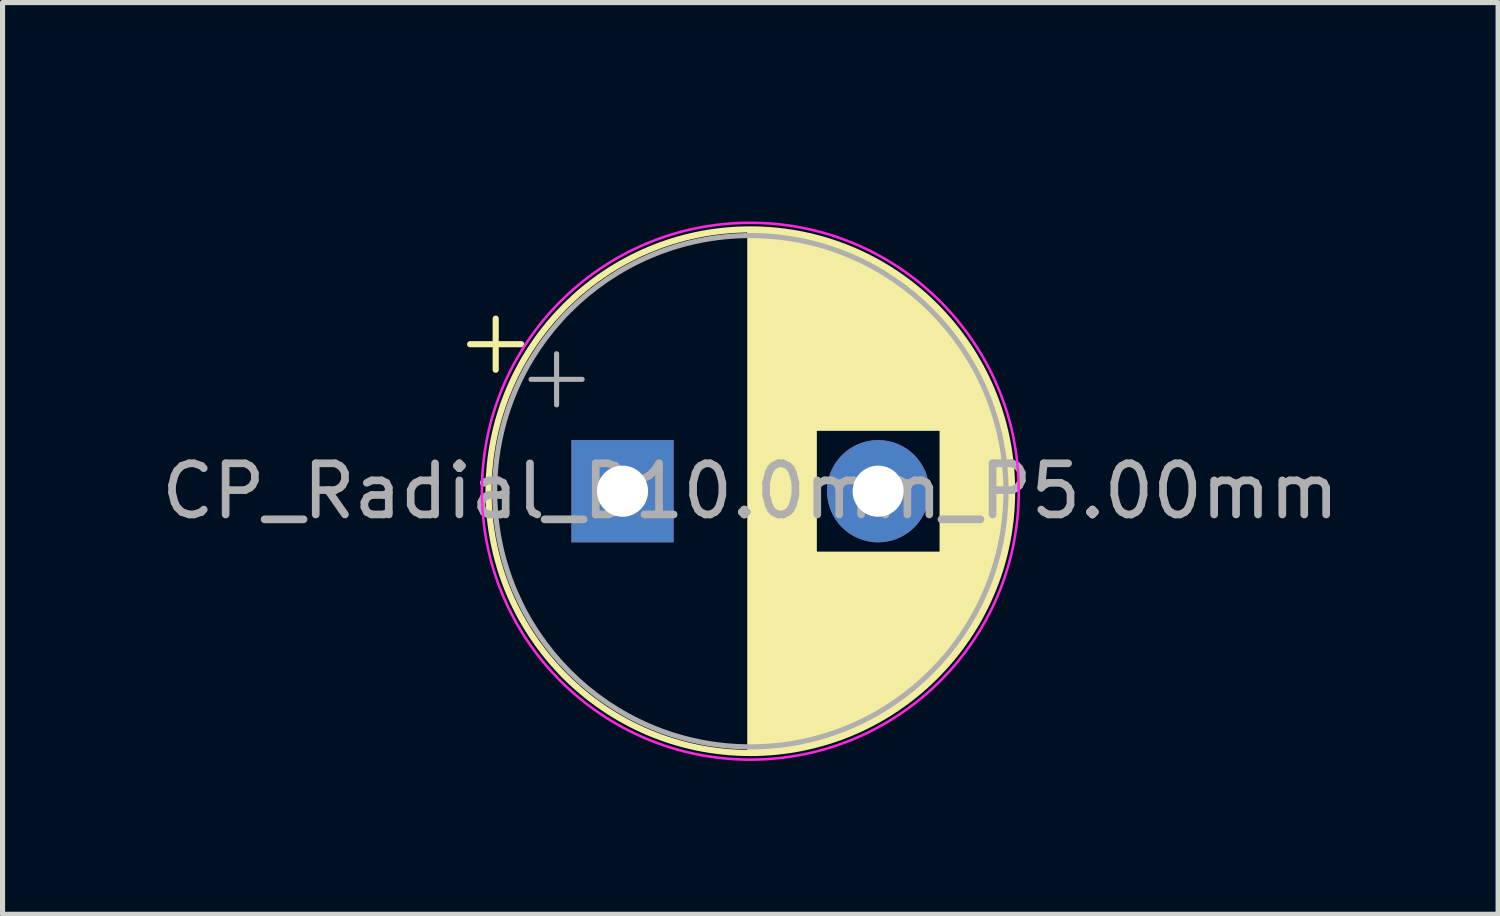
<source format=kicad_pcb>
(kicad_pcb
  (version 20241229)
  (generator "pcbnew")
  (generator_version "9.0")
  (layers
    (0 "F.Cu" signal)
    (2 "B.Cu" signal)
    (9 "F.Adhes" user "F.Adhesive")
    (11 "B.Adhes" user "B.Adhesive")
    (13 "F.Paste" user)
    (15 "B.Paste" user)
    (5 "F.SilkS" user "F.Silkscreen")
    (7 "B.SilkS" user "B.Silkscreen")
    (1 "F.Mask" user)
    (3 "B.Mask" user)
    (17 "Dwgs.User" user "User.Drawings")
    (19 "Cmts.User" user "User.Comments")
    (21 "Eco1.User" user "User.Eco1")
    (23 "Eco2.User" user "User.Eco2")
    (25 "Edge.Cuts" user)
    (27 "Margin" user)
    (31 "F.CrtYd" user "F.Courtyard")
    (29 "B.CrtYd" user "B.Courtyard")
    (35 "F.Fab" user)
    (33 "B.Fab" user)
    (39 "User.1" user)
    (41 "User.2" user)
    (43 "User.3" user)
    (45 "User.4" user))
  (footprint "CP_Radial_D10.0mm_P5.00mm"
    (layer "F.Cu")
    (at 9.125 6.557)
    (property "Reference" "CP_Radial_D10.0mm_P5.00mm" (at 2.5 -6.25 0) (layer "Eco2.User") (effects (font (size 0.3 0.3) (thickness 0.075))))
    (attr through_hole)
    (fp_line (start -2.98 -2.875) (end -1.98 -2.875) (stroke (width 0.12) (type solid)) (layer "F.SilkS"))
    (fp_line (start -2.48 -3.375) (end -2.48 -2.375) (stroke (width 0.12) (type solid)) (layer "F.SilkS"))
    (fp_line (start 2.5 -5.08) (end 2.5 5.08) (stroke (width 0.12) (type solid)) (layer "F.SilkS"))
    (fp_line (start 2.54 -5.08) (end 2.54 5.08) (stroke (width 0.12) (type solid)) (layer "F.SilkS"))
    (fp_line (start 2.58 -5.08) (end 2.58 5.08) (stroke (width 0.12) (type solid)) (layer "F.SilkS"))
    (fp_line (start 2.62 -5.079) (end 2.62 5.079) (stroke (width 0.12) (type solid)) (layer "F.SilkS"))
    (fp_line (start 2.66 -5.078) (end 2.66 5.078) (stroke (width 0.12) (type solid)) (layer "F.SilkS"))
    (fp_line (start 2.7 -5.077) (end 2.7 5.077) (stroke (width 0.12) (type solid)) (layer "F.SilkS"))
    (fp_line (start 2.74 -5.075) (end 2.74 5.075) (stroke (width 0.12) (type solid)) (layer "F.SilkS"))
    (fp_line (start 2.78 -5.073) (end 2.78 5.073) (stroke (width 0.12) (type solid)) (layer "F.SilkS"))
    (fp_line (start 2.82 -5.07) (end 2.82 5.07) (stroke (width 0.12) (type solid)) (layer "F.SilkS"))
    (fp_line (start 2.86 -5.068) (end 2.86 5.068) (stroke (width 0.12) (type solid)) (layer "F.SilkS"))
    (fp_line (start 2.9 -5.065) (end 2.9 5.065) (stroke (width 0.12) (type solid)) (layer "F.SilkS"))
    (fp_line (start 2.94 -5.062) (end 2.94 5.062) (stroke (width 0.12) (type solid)) (layer "F.SilkS"))
    (fp_line (start 2.98 -5.058) (end 2.98 5.058) (stroke (width 0.12) (type solid)) (layer "F.SilkS"))
    (fp_line (start 3.02 -5.054) (end 3.02 5.054) (stroke (width 0.12) (type solid)) (layer "F.SilkS"))
    (fp_line (start 3.06 -5.05) (end 3.06 5.05) (stroke (width 0.12) (type solid)) (layer "F.SilkS"))
    (fp_line (start 3.1 -5.045) (end 3.1 5.045) (stroke (width 0.12) (type solid)) (layer "F.SilkS"))
    (fp_line (start 3.14 -5.04) (end 3.14 5.04) (stroke (width 0.12) (type solid)) (layer "F.SilkS"))
    (fp_line (start 3.18 -5.035) (end 3.18 5.035) (stroke (width 0.12) (type solid)) (layer "F.SilkS"))
    (fp_line (start 3.221 -5.03) (end 3.221 5.03) (stroke (width 0.12) (type solid)) (layer "F.SilkS"))
    (fp_line (start 3.261 -5.024) (end 3.261 5.024) (stroke (width 0.12) (type solid)) (layer "F.SilkS"))
    (fp_line (start 3.301 -5.018) (end 3.301 5.018) (stroke (width 0.12) (type solid)) (layer "F.SilkS"))
    (fp_line (start 3.341 -5.011) (end 3.341 5.011) (stroke (width 0.12) (type solid)) (layer "F.SilkS"))
    (fp_line (start 3.381 -5.004) (end 3.381 5.004) (stroke (width 0.12) (type solid)) (layer "F.SilkS"))
    (fp_line (start 3.421 -4.997) (end 3.421 4.997) (stroke (width 0.12) (type solid)) (layer "F.SilkS"))
    (fp_line (start 3.461 -4.99) (end 3.461 4.99) (stroke (width 0.12) (type solid)) (layer "F.SilkS"))
    (fp_line (start 3.501 -4.982) (end 3.501 4.982) (stroke (width 0.12) (type solid)) (layer "F.SilkS"))
    (fp_line (start 3.541 -4.974) (end 3.541 4.974) (stroke (width 0.12) (type solid)) (layer "F.SilkS"))
    (fp_line (start 3.581 -4.965) (end 3.581 4.965) (stroke (width 0.12) (type solid)) (layer "F.SilkS"))
    (fp_line (start 3.621 -4.956) (end 3.621 4.956) (stroke (width 0.12) (type solid)) (layer "F.SilkS"))
    (fp_line (start 3.661 -4.947) (end 3.661 4.947) (stroke (width 0.12) (type solid)) (layer "F.SilkS"))
    (fp_line (start 3.701 -4.938) (end 3.701 4.938) (stroke (width 0.12) (type solid)) (layer "F.SilkS"))
    (fp_line (start 3.741 -4.928) (end 3.741 4.928) (stroke (width 0.12) (type solid)) (layer "F.SilkS"))
    (fp_line (start 3.781 -4.918) (end 3.781 -1.241) (stroke (width 0.12) (type solid)) (layer "F.SilkS"))
    (fp_line (start 3.781 1.241) (end 3.781 4.918) (stroke (width 0.12) (type solid)) (layer "F.SilkS"))
    (fp_line (start 3.821 -4.907) (end 3.821 -1.241) (stroke (width 0.12) (type solid)) (layer "F.SilkS"))
    (fp_line (start 3.821 1.241) (end 3.821 4.907) (stroke (width 0.12) (type solid)) (layer "F.SilkS"))
    (fp_line (start 3.861 -4.897) (end 3.861 -1.241) (stroke (width 0.12) (type solid)) (layer "F.SilkS"))
    (fp_line (start 3.861 1.241) (end 3.861 4.897) (stroke (width 0.12) (type solid)) (layer "F.SilkS"))
    (fp_line (start 3.901 -4.885) (end 3.901 -1.241) (stroke (width 0.12) (type solid)) (layer "F.SilkS"))
    (fp_line (start 3.901 1.241) (end 3.901 4.885) (stroke (width 0.12) (type solid)) (layer "F.SilkS"))
    (fp_line (start 3.941 -4.874) (end 3.941 -1.241) (stroke (width 0.12) (type solid)) (layer "F.SilkS"))
    (fp_line (start 3.941 1.241) (end 3.941 4.874) (stroke (width 0.12) (type solid)) (layer "F.SilkS"))
    (fp_line (start 3.981 -4.862) (end 3.981 -1.241) (stroke (width 0.12) (type solid)) (layer "F.SilkS"))
    (fp_line (start 3.981 1.241) (end 3.981 4.862) (stroke (width 0.12) (type solid)) (layer "F.SilkS"))
    (fp_line (start 4.021 -4.85) (end 4.021 -1.241) (stroke (width 0.12) (type solid)) (layer "F.SilkS"))
    (fp_line (start 4.021 1.241) (end 4.021 4.85) (stroke (width 0.12) (type solid)) (layer "F.SilkS"))
    (fp_line (start 4.061 -4.837) (end 4.061 -1.241) (stroke (width 0.12) (type solid)) (layer "F.SilkS"))
    (fp_line (start 4.061 1.241) (end 4.061 4.837) (stroke (width 0.12) (type solid)) (layer "F.SilkS"))
    (fp_line (start 4.101 -4.824) (end 4.101 -1.241) (stroke (width 0.12) (type solid)) (layer "F.SilkS"))
    (fp_line (start 4.101 1.241) (end 4.101 4.824) (stroke (width 0.12) (type solid)) (layer "F.SilkS"))
    (fp_line (start 4.141 -4.811) (end 4.141 -1.241) (stroke (width 0.12) (type solid)) (layer "F.SilkS"))
    (fp_line (start 4.141 1.241) (end 4.141 4.811) (stroke (width 0.12) (type solid)) (layer "F.SilkS"))
    (fp_line (start 4.181 -4.797) (end 4.181 -1.241) (stroke (width 0.12) (type solid)) (layer "F.SilkS"))
    (fp_line (start 4.181 1.241) (end 4.181 4.797) (stroke (width 0.12) (type solid)) (layer "F.SilkS"))
    (fp_line (start 4.221 -4.783) (end 4.221 -1.241) (stroke (width 0.12) (type solid)) (layer "F.SilkS"))
    (fp_line (start 4.221 1.241) (end 4.221 4.783) (stroke (width 0.12) (type solid)) (layer "F.SilkS"))
    (fp_line (start 4.261 -4.768) (end 4.261 -1.241) (stroke (width 0.12) (type solid)) (layer "F.SilkS"))
    (fp_line (start 4.261 1.241) (end 4.261 4.768) (stroke (width 0.12) (type solid)) (layer "F.SilkS"))
    (fp_line (start 4.301 -4.754) (end 4.301 -1.241) (stroke (width 0.12) (type solid)) (layer "F.SilkS"))
    (fp_line (start 4.301 1.241) (end 4.301 4.754) (stroke (width 0.12) (type solid)) (layer "F.SilkS"))
    (fp_line (start 4.341 -4.738) (end 4.341 -1.241) (stroke (width 0.12) (type solid)) (layer "F.SilkS"))
    (fp_line (start 4.341 1.241) (end 4.341 4.738) (stroke (width 0.12) (type solid)) (layer "F.SilkS"))
    (fp_line (start 4.381 -4.723) (end 4.381 -1.241) (stroke (width 0.12) (type solid)) (layer "F.SilkS"))
    (fp_line (start 4.381 1.241) (end 4.381 4.723) (stroke (width 0.12) (type solid)) (layer "F.SilkS"))
    (fp_line (start 4.421 -4.707) (end 4.421 -1.241) (stroke (width 0.12) (type solid)) (layer "F.SilkS"))
    (fp_line (start 4.421 1.241) (end 4.421 4.707) (stroke (width 0.12) (type solid)) (layer "F.SilkS"))
    (fp_line (start 4.461 -4.69) (end 4.461 -1.241) (stroke (width 0.12) (type solid)) (layer "F.SilkS"))
    (fp_line (start 4.461 1.241) (end 4.461 4.69) (stroke (width 0.12) (type solid)) (layer "F.SilkS"))
    (fp_line (start 4.501 -4.674) (end 4.501 -1.241) (stroke (width 0.12) (type solid)) (layer "F.SilkS"))
    (fp_line (start 4.501 1.241) (end 4.501 4.674) (stroke (width 0.12) (type solid)) (layer "F.SilkS"))
    (fp_line (start 4.541 -4.657) (end 4.541 -1.241) (stroke (width 0.12) (type solid)) (layer "F.SilkS"))
    (fp_line (start 4.541 1.241) (end 4.541 4.657) (stroke (width 0.12) (type solid)) (layer "F.SilkS"))
    (fp_line (start 4.581 -4.639) (end 4.581 -1.241) (stroke (width 0.12) (type solid)) (layer "F.SilkS"))
    (fp_line (start 4.581 1.241) (end 4.581 4.639) (stroke (width 0.12) (type solid)) (layer "F.SilkS"))
    (fp_line (start 4.621 -4.621) (end 4.621 -1.241) (stroke (width 0.12) (type solid)) (layer "F.SilkS"))
    (fp_line (start 4.621 1.241) (end 4.621 4.621) (stroke (width 0.12) (type solid)) (layer "F.SilkS"))
    (fp_line (start 4.661 -4.603) (end 4.661 -1.241) (stroke (width 0.12) (type solid)) (layer "F.SilkS"))
    (fp_line (start 4.661 1.241) (end 4.661 4.603) (stroke (width 0.12) (type solid)) (layer "F.SilkS"))
    (fp_line (start 4.701 -4.584) (end 4.701 -1.241) (stroke (width 0.12) (type solid)) (layer "F.SilkS"))
    (fp_line (start 4.701 1.241) (end 4.701 4.584) (stroke (width 0.12) (type solid)) (layer "F.SilkS"))
    (fp_line (start 4.741 -4.564) (end 4.741 -1.241) (stroke (width 0.12) (type solid)) (layer "F.SilkS"))
    (fp_line (start 4.741 1.241) (end 4.741 4.564) (stroke (width 0.12) (type solid)) (layer "F.SilkS"))
    (fp_line (start 4.781 -4.545) (end 4.781 -1.241) (stroke (width 0.12) (type solid)) (layer "F.SilkS"))
    (fp_line (start 4.781 1.241) (end 4.781 4.545) (stroke (width 0.12) (type solid)) (layer "F.SilkS"))
    (fp_line (start 4.821 -4.525) (end 4.821 -1.241) (stroke (width 0.12) (type solid)) (layer "F.SilkS"))
    (fp_line (start 4.821 1.241) (end 4.821 4.525) (stroke (width 0.12) (type solid)) (layer "F.SilkS"))
    (fp_line (start 4.861 -4.504) (end 4.861 -1.241) (stroke (width 0.12) (type solid)) (layer "F.SilkS"))
    (fp_line (start 4.861 1.241) (end 4.861 4.504) (stroke (width 0.12) (type solid)) (layer "F.SilkS"))
    (fp_line (start 4.901 -4.483) (end 4.901 -1.241) (stroke (width 0.12) (type solid)) (layer "F.SilkS"))
    (fp_line (start 4.901 1.241) (end 4.901 4.483) (stroke (width 0.12) (type solid)) (layer "F.SilkS"))
    (fp_line (start 4.941 -4.462) (end 4.941 -1.241) (stroke (width 0.12) (type solid)) (layer "F.SilkS"))
    (fp_line (start 4.941 1.241) (end 4.941 4.462) (stroke (width 0.12) (type solid)) (layer "F.SilkS"))
    (fp_line (start 4.981 -4.44) (end 4.981 -1.241) (stroke (width 0.12) (type solid)) (layer "F.SilkS"))
    (fp_line (start 4.981 1.241) (end 4.981 4.44) (stroke (width 0.12) (type solid)) (layer "F.SilkS"))
    (fp_line (start 5.021 -4.417) (end 5.021 -1.241) (stroke (width 0.12) (type solid)) (layer "F.SilkS"))
    (fp_line (start 5.021 1.241) (end 5.021 4.417) (stroke (width 0.12) (type solid)) (layer "F.SilkS"))
    (fp_line (start 5.061 -4.395) (end 5.061 -1.241) (stroke (width 0.12) (type solid)) (layer "F.SilkS"))
    (fp_line (start 5.061 1.241) (end 5.061 4.395) (stroke (width 0.12) (type solid)) (layer "F.SilkS"))
    (fp_line (start 5.101 -4.371) (end 5.101 -1.241) (stroke (width 0.12) (type solid)) (layer "F.SilkS"))
    (fp_line (start 5.101 1.241) (end 5.101 4.371) (stroke (width 0.12) (type solid)) (layer "F.SilkS"))
    (fp_line (start 5.141 -4.347) (end 5.141 -1.241) (stroke (width 0.12) (type solid)) (layer "F.SilkS"))
    (fp_line (start 5.141 1.241) (end 5.141 4.347) (stroke (width 0.12) (type solid)) (layer "F.SilkS"))
    (fp_line (start 5.181 -4.323) (end 5.181 -1.241) (stroke (width 0.12) (type solid)) (layer "F.SilkS"))
    (fp_line (start 5.181 1.241) (end 5.181 4.323) (stroke (width 0.12) (type solid)) (layer "F.SilkS"))
    (fp_line (start 5.221 -4.298) (end 5.221 -1.241) (stroke (width 0.12) (type solid)) (layer "F.SilkS"))
    (fp_line (start 5.221 1.241) (end 5.221 4.298) (stroke (width 0.12) (type solid)) (layer "F.SilkS"))
    (fp_line (start 5.261 -4.273) (end 5.261 -1.241) (stroke (width 0.12) (type solid)) (layer "F.SilkS"))
    (fp_line (start 5.261 1.241) (end 5.261 4.273) (stroke (width 0.12) (type solid)) (layer "F.SilkS"))
    (fp_line (start 5.301 -4.247) (end 5.301 -1.241) (stroke (width 0.12) (type solid)) (layer "F.SilkS"))
    (fp_line (start 5.301 1.241) (end 5.301 4.247) (stroke (width 0.12) (type solid)) (layer "F.SilkS"))
    (fp_line (start 5.341 -4.221) (end 5.341 -1.241) (stroke (width 0.12) (type solid)) (layer "F.SilkS"))
    (fp_line (start 5.341 1.241) (end 5.341 4.221) (stroke (width 0.12) (type solid)) (layer "F.SilkS"))
    (fp_line (start 5.381 -4.194) (end 5.381 -1.241) (stroke (width 0.12) (type solid)) (layer "F.SilkS"))
    (fp_line (start 5.381 1.241) (end 5.381 4.194) (stroke (width 0.12) (type solid)) (layer "F.SilkS"))
    (fp_line (start 5.421 -4.166) (end 5.421 -1.241) (stroke (width 0.12) (type solid)) (layer "F.SilkS"))
    (fp_line (start 5.421 1.241) (end 5.421 4.166) (stroke (width 0.12) (type solid)) (layer "F.SilkS"))
    (fp_line (start 5.461 -4.138) (end 5.461 -1.241) (stroke (width 0.12) (type solid)) (layer "F.SilkS"))
    (fp_line (start 5.461 1.241) (end 5.461 4.138) (stroke (width 0.12) (type solid)) (layer "F.SilkS"))
    (fp_line (start 5.501 -4.11) (end 5.501 -1.241) (stroke (width 0.12) (type solid)) (layer "F.SilkS"))
    (fp_line (start 5.501 1.241) (end 5.501 4.11) (stroke (width 0.12) (type solid)) (layer "F.SilkS"))
    (fp_line (start 5.541 -4.08) (end 5.541 -1.241) (stroke (width 0.12) (type solid)) (layer "F.SilkS"))
    (fp_line (start 5.541 1.241) (end 5.541 4.08) (stroke (width 0.12) (type solid)) (layer "F.SilkS"))
    (fp_line (start 5.581 -4.05) (end 5.581 -1.241) (stroke (width 0.12) (type solid)) (layer "F.SilkS"))
    (fp_line (start 5.581 1.241) (end 5.581 4.05) (stroke (width 0.12) (type solid)) (layer "F.SilkS"))
    (fp_line (start 5.621 -4.02) (end 5.621 -1.241) (stroke (width 0.12) (type solid)) (layer "F.SilkS"))
    (fp_line (start 5.621 1.241) (end 5.621 4.02) (stroke (width 0.12) (type solid)) (layer "F.SilkS"))
    (fp_line (start 5.661 -3.989) (end 5.661 -1.241) (stroke (width 0.12) (type solid)) (layer "F.SilkS"))
    (fp_line (start 5.661 1.241) (end 5.661 3.989) (stroke (width 0.12) (type solid)) (layer "F.SilkS"))
    (fp_line (start 5.701 -3.957) (end 5.701 -1.241) (stroke (width 0.12) (type solid)) (layer "F.SilkS"))
    (fp_line (start 5.701 1.241) (end 5.701 3.957) (stroke (width 0.12) (type solid)) (layer "F.SilkS"))
    (fp_line (start 5.741 -3.925) (end 5.741 -1.241) (stroke (width 0.12) (type solid)) (layer "F.SilkS"))
    (fp_line (start 5.741 1.241) (end 5.741 3.925) (stroke (width 0.12) (type solid)) (layer "F.SilkS"))
    (fp_line (start 5.781 -3.892) (end 5.781 -1.241) (stroke (width 0.12) (type solid)) (layer "F.SilkS"))
    (fp_line (start 5.781 1.241) (end 5.781 3.892) (stroke (width 0.12) (type solid)) (layer "F.SilkS"))
    (fp_line (start 5.821 -3.858) (end 5.821 -1.241) (stroke (width 0.12) (type solid)) (layer "F.SilkS"))
    (fp_line (start 5.821 1.241) (end 5.821 3.858) (stroke (width 0.12) (type solid)) (layer "F.SilkS"))
    (fp_line (start 5.861 -3.824) (end 5.861 -1.241) (stroke (width 0.12) (type solid)) (layer "F.SilkS"))
    (fp_line (start 5.861 1.241) (end 5.861 3.824) (stroke (width 0.12) (type solid)) (layer "F.SilkS"))
    (fp_line (start 5.901 -3.789) (end 5.901 -1.241) (stroke (width 0.12) (type solid)) (layer "F.SilkS"))
    (fp_line (start 5.901 1.241) (end 5.901 3.789) (stroke (width 0.12) (type solid)) (layer "F.SilkS"))
    (fp_line (start 5.941 -3.753) (end 5.941 -1.241) (stroke (width 0.12) (type solid)) (layer "F.SilkS"))
    (fp_line (start 5.941 1.241) (end 5.941 3.753) (stroke (width 0.12) (type solid)) (layer "F.SilkS"))
    (fp_line (start 5.981 -3.716) (end 5.981 -1.241) (stroke (width 0.12) (type solid)) (layer "F.SilkS"))
    (fp_line (start 5.981 1.241) (end 5.981 3.716) (stroke (width 0.12) (type solid)) (layer "F.SilkS"))
    (fp_line (start 6.021 -3.679) (end 6.021 -1.241) (stroke (width 0.12) (type solid)) (layer "F.SilkS"))
    (fp_line (start 6.021 1.241) (end 6.021 3.679) (stroke (width 0.12) (type solid)) (layer "F.SilkS"))
    (fp_line (start 6.061 -3.64) (end 6.061 -1.241) (stroke (width 0.12) (type solid)) (layer "F.SilkS"))
    (fp_line (start 6.061 1.241) (end 6.061 3.64) (stroke (width 0.12) (type solid)) (layer "F.SilkS"))
    (fp_line (start 6.101 -3.601) (end 6.101 -1.241) (stroke (width 0.12) (type solid)) (layer "F.SilkS"))
    (fp_line (start 6.101 1.241) (end 6.101 3.601) (stroke (width 0.12) (type solid)) (layer "F.SilkS"))
    (fp_line (start 6.141 -3.561) (end 6.141 -1.241) (stroke (width 0.12) (type solid)) (layer "F.SilkS"))
    (fp_line (start 6.141 1.241) (end 6.141 3.561) (stroke (width 0.12) (type solid)) (layer "F.SilkS"))
    (fp_line (start 6.181 -3.52) (end 6.181 -1.241) (stroke (width 0.12) (type solid)) (layer "F.SilkS"))
    (fp_line (start 6.181 1.241) (end 6.181 3.52) (stroke (width 0.12) (type solid)) (layer "F.SilkS"))
    (fp_line (start 6.221 -3.478) (end 6.221 -1.241) (stroke (width 0.12) (type solid)) (layer "F.SilkS"))
    (fp_line (start 6.221 1.241) (end 6.221 3.478) (stroke (width 0.12) (type solid)) (layer "F.SilkS"))
    (fp_line (start 6.261 -3.436) (end 6.261 3.436) (stroke (width 0.12) (type solid)) (layer "F.SilkS"))
    (fp_line (start 6.301 -3.392) (end 6.301 3.392) (stroke (width 0.12) (type solid)) (layer "F.SilkS"))
    (fp_line (start 6.341 -3.347) (end 6.341 3.347) (stroke (width 0.12) (type solid)) (layer "F.SilkS"))
    (fp_line (start 6.381 -3.301) (end 6.381 3.301) (stroke (width 0.12) (type solid)) (layer "F.SilkS"))
    (fp_line (start 6.421 -3.254) (end 6.421 3.254) (stroke (width 0.12) (type solid)) (layer "F.SilkS"))
    (fp_line (start 6.461 -3.206) (end 6.461 3.206) (stroke (width 0.12) (type solid)) (layer "F.SilkS"))
    (fp_line (start 6.501 -3.156) (end 6.501 3.156) (stroke (width 0.12) (type solid)) (layer "F.SilkS"))
    (fp_line (start 6.541 -3.106) (end 6.541 3.106) (stroke (width 0.12) (type solid)) (layer "F.SilkS"))
    (fp_line (start 6.581 -3.054) (end 6.581 3.054) (stroke (width 0.12) (type solid)) (layer "F.SilkS"))
    (fp_line (start 6.621 -3) (end 6.621 3) (stroke (width 0.12) (type solid)) (layer "F.SilkS"))
    (fp_line (start 6.661 -2.945) (end 6.661 2.945) (stroke (width 0.12) (type solid)) (layer "F.SilkS"))
    (fp_line (start 6.701 -2.889) (end 6.701 2.889) (stroke (width 0.12) (type solid)) (layer "F.SilkS"))
    (fp_line (start 6.741 -2.83) (end 6.741 2.83) (stroke (width 0.12) (type solid)) (layer "F.SilkS"))
    (fp_line (start 6.781 -2.77) (end 6.781 2.77) (stroke (width 0.12) (type solid)) (layer "F.SilkS"))
    (fp_line (start 6.821 -2.709) (end 6.821 2.709) (stroke (width 0.12) (type solid)) (layer "F.SilkS"))
    (fp_line (start 6.861 -2.645) (end 6.861 2.645) (stroke (width 0.12) (type solid)) (layer "F.SilkS"))
    (fp_line (start 6.901 -2.579) (end 6.901 2.579) (stroke (width 0.12) (type solid)) (layer "F.SilkS"))
    (fp_line (start 6.941 -2.51) (end 6.941 2.51) (stroke (width 0.12) (type solid)) (layer "F.SilkS"))
    (fp_line (start 6.981 -2.439) (end 6.981 2.439) (stroke (width 0.12) (type solid)) (layer "F.SilkS"))
    (fp_line (start 7.021 -2.365) (end 7.021 2.365) (stroke (width 0.12) (type solid)) (layer "F.SilkS"))
    (fp_line (start 7.061 -2.289) (end 7.061 2.289) (stroke (width 0.12) (type solid)) (layer "F.SilkS"))
    (fp_line (start 7.101 -2.209) (end 7.101 2.209) (stroke (width 0.12) (type solid)) (layer "F.SilkS"))
    (fp_line (start 7.141 -2.125) (end 7.141 2.125) (stroke (width 0.12) (type solid)) (layer "F.SilkS"))
    (fp_line (start 7.181 -2.037) (end 7.181 2.037) (stroke (width 0.12) (type solid)) (layer "F.SilkS"))
    (fp_line (start 7.221 -1.944) (end 7.221 1.944) (stroke (width 0.12) (type solid)) (layer "F.SilkS"))
    (fp_line (start 7.261 -1.846) (end 7.261 1.846) (stroke (width 0.12) (type solid)) (layer "F.SilkS"))
    (fp_line (start 7.301 -1.742) (end 7.301 1.742) (stroke (width 0.12) (type solid)) (layer "F.SilkS"))
    (fp_line (start 7.341 -1.63) (end 7.341 1.63) (stroke (width 0.12) (type solid)) (layer "F.SilkS"))
    (fp_line (start 7.381 -1.51) (end 7.381 1.51) (stroke (width 0.12) (type solid)) (layer "F.SilkS"))
    (fp_line (start 7.421 -1.378) (end 7.421 1.378) (stroke (width 0.12) (type solid)) (layer "F.SilkS"))
    (fp_line (start 7.461 -1.23) (end 7.461 1.23) (stroke (width 0.12) (type solid)) (layer "F.SilkS"))
    (fp_line (start 7.501 -1.062) (end 7.501 1.062) (stroke (width 0.12) (type solid)) (layer "F.SilkS"))
    (fp_line (start 7.541 -0.862) (end 7.541 0.862) (stroke (width 0.12) (type solid)) (layer "F.SilkS"))
    (fp_line (start 7.581 -0.599) (end 7.581 0.599) (stroke (width 0.12) (type solid)) (layer "F.SilkS"))
    (fp_circle (center 2.5 0) (end 7.62 0) (stroke (width 0.12) (type solid)) (fill no) (layer "F.SilkS"))
    (fp_circle (center 2.5 0) (end 7.75 0) (stroke (width 0.05) (type solid)) (fill no) (layer "F.CrtYd"))
    (fp_line (start -1.789 -2.188) (end -0.789 -2.188) (stroke (width 0.1) (type solid)) (layer "F.Fab"))
    (fp_line (start -1.289 -2.688) (end -1.289 -1.688) (stroke (width 0.1) (type solid)) (layer "F.Fab"))
    (fp_circle (center 2.5 0) (end 7.5 0) (stroke (width 0.1) (type solid)) (fill no) (layer "F.Fab"))
    (fp_text user "${REFERENCE}" (at 2.5 0 0) (layer "F.Fab") (effects (font (size 1 1) (thickness 0.15))))
    (pad "1" thru_hole rect (at 0 0) (size 2 2) (drill 1) (layers "*.Cu" "*.Mask"))
    (pad "2" thru_hole circle (at 5 0) (size 2 2) (drill 1) (layers "*.Cu" "*.Mask")))
  (gr_rect
    (start -3 -3)
    (end 26.25 14.832)
    (stroke (width 0.1) (type default))
    (fill no)
    (layer "Edge.Cuts")))
</source>
